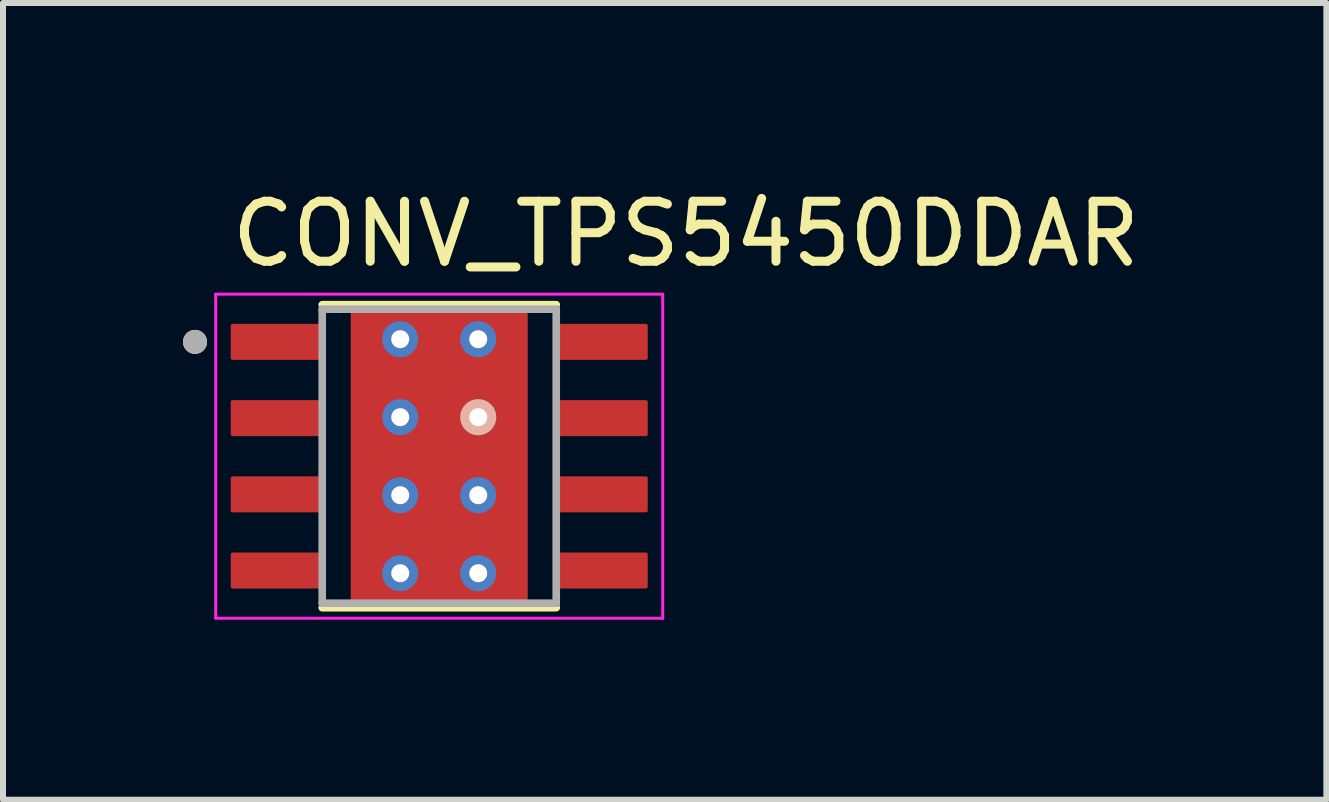
<source format=kicad_pcb>
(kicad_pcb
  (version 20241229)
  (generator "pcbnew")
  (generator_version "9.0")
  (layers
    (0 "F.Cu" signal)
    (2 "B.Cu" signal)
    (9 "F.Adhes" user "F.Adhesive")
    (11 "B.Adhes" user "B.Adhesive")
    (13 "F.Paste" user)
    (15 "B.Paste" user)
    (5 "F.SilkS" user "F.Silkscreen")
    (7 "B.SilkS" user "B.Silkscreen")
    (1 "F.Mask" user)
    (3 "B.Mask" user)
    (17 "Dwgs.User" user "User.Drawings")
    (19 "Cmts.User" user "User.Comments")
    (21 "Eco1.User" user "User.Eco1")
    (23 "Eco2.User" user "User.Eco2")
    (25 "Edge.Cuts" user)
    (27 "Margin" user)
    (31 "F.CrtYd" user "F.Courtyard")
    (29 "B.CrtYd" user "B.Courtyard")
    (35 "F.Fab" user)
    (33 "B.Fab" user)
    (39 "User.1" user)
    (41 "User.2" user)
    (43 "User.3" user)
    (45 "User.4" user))
  (footprint "CONV_TPS5450DDAR"
    (layer "F.Cu")
    (at 4.27 4.553)
    (property "Reference" "CONV_TPS5450DDAR" (at 4.112 -3.704 0) (layer "F.SilkS") (effects (font (size 1 1) (thickness 0.15))))
    (attr smd)
    (fp_poly (pts (xy -1.3 -1.55) (xy 1.3 -1.55) (xy 1.3 1.55) (xy -1.3 1.55)) (stroke (width 0.01) (type solid)) (fill yes) (layer "F.Mask"))
    (fp_poly (pts (xy -1.905 -1.535) (xy -3.495 -1.535) (xy -3.498 -1.535) (xy -3.5 -1.535) (xy -3.503 -1.536) (xy -3.505 -1.536) (xy -3.508 -1.537) (xy -3.51 -1.537) (xy -3.513 -1.538) (xy -3.515 -1.539) (xy -3.518 -1.54) (xy -3.52 -1.542) (xy -3.522 -1.543) (xy -3.524 -1.545) (xy -3.526 -1.546) (xy -3.528 -1.548) (xy -3.53 -1.55) (xy -3.532 -1.552) (xy -3.534 -1.554) (xy -3.535 -1.556) (xy -3.537 -1.558) (xy -3.538 -1.56) (xy -3.54 -1.562) (xy -3.541 -1.565) (xy -3.542 -1.567) (xy -3.543 -1.57) (xy -3.543 -1.572) (xy -3.544 -1.575) (xy -3.544 -1.577) (xy -3.545 -1.58) (xy -3.545 -1.582) (xy -3.545 -1.585) (xy -3.545 -2.225) (xy -3.545 -2.228) (xy -3.545 -2.23) (xy -3.544 -2.233) (xy -3.544 -2.235) (xy -3.543 -2.238) (xy -3.543 -2.24) (xy -3.542 -2.243) (xy -3.541 -2.245) (xy -3.54 -2.248) (xy -3.538 -2.25) (xy -3.537 -2.252) (xy -3.535 -2.254) (xy -3.534 -2.256) (xy -3.532 -2.258) (xy -3.53 -2.26) (xy -3.528 -2.262) (xy -3.526 -2.264) (xy -3.524 -2.265) (xy -3.522 -2.267) (xy -3.52 -2.268) (xy -3.518 -2.27) (xy -3.515 -2.271) (xy -3.513 -2.272) (xy -3.51 -2.273) (xy -3.508 -2.273) (xy -3.505 -2.274) (xy -3.503 -2.274) (xy -3.5 -2.275) (xy -3.498 -2.275) (xy -3.495 -2.275) (xy -1.905 -2.275) (xy -1.902 -2.275) (xy -1.9 -2.275) (xy -1.897 -2.274) (xy -1.895 -2.274) (xy -1.892 -2.273) (xy -1.89 -2.273) (xy -1.887 -2.272) (xy -1.885 -2.271) (xy -1.882 -2.27) (xy -1.88 -2.268) (xy -1.878 -2.267) (xy -1.876 -2.265) (xy -1.874 -2.264) (xy -1.872 -2.262) (xy -1.87 -2.26) (xy -1.868 -2.258) (xy -1.866 -2.256) (xy -1.865 -2.254) (xy -1.863 -2.252) (xy -1.862 -2.25) (xy -1.86 -2.248) (xy -1.859 -2.245) (xy -1.858 -2.243) (xy -1.857 -2.24) (xy -1.857 -2.238) (xy -1.856 -2.235) (xy -1.856 -2.233) (xy -1.855 -2.23) (xy -1.855 -2.228) (xy -1.855 -2.225) (xy -1.855 -1.585) (xy -1.855 -1.582) (xy -1.855 -1.58) (xy -1.856 -1.577) (xy -1.856 -1.575) (xy -1.857 -1.572) (xy -1.857 -1.57) (xy -1.858 -1.567) (xy -1.859 -1.565) (xy -1.86 -1.562) (xy -1.862 -1.56) (xy -1.863 -1.558) (xy -1.865 -1.556) (xy -1.866 -1.554) (xy -1.868 -1.552) (xy -1.87 -1.55) (xy -1.872 -1.548) (xy -1.874 -1.546) (xy -1.876 -1.545) (xy -1.878 -1.543) (xy -1.88 -1.542) (xy -1.882 -1.54) (xy -1.885 -1.539) (xy -1.887 -1.538) (xy -1.89 -1.537) (xy -1.892 -1.537) (xy -1.895 -1.536) (xy -1.897 -1.536) (xy -1.9 -1.535) (xy -1.902 -1.535) (xy -1.905 -1.535)) (stroke (width 0.01) (type solid)) (fill yes) (layer "F.Mask"))
    (fp_poly (pts (xy -1.905 -0.265) (xy -3.495 -0.265) (xy -3.498 -0.265) (xy -3.5 -0.265) (xy -3.503 -0.266) (xy -3.505 -0.266) (xy -3.508 -0.267) (xy -3.51 -0.267) (xy -3.513 -0.268) (xy -3.515 -0.269) (xy -3.518 -0.27) (xy -3.52 -0.272) (xy -3.522 -0.273) (xy -3.524 -0.275) (xy -3.526 -0.276) (xy -3.528 -0.278) (xy -3.53 -0.28) (xy -3.532 -0.282) (xy -3.534 -0.284) (xy -3.535 -0.286) (xy -3.537 -0.288) (xy -3.538 -0.29) (xy -3.54 -0.292) (xy -3.541 -0.295) (xy -3.542 -0.297) (xy -3.543 -0.3) (xy -3.543 -0.302) (xy -3.544 -0.305) (xy -3.544 -0.307) (xy -3.545 -0.31) (xy -3.545 -0.312) (xy -3.545 -0.315) (xy -3.545 -0.955) (xy -3.545 -0.958) (xy -3.545 -0.96) (xy -3.544 -0.963) (xy -3.544 -0.965) (xy -3.543 -0.968) (xy -3.543 -0.97) (xy -3.542 -0.973) (xy -3.541 -0.975) (xy -3.54 -0.978) (xy -3.538 -0.98) (xy -3.537 -0.982) (xy -3.535 -0.984) (xy -3.534 -0.986) (xy -3.532 -0.988) (xy -3.53 -0.99) (xy -3.528 -0.992) (xy -3.526 -0.994) (xy -3.524 -0.995) (xy -3.522 -0.997) (xy -3.52 -0.998) (xy -3.518 -1) (xy -3.515 -1.001) (xy -3.513 -1.002) (xy -3.51 -1.003) (xy -3.508 -1.003) (xy -3.505 -1.004) (xy -3.503 -1.004) (xy -3.5 -1.005) (xy -3.498 -1.005) (xy -3.495 -1.005) (xy -1.905 -1.005) (xy -1.902 -1.005) (xy -1.9 -1.005) (xy -1.897 -1.004) (xy -1.895 -1.004) (xy -1.892 -1.003) (xy -1.89 -1.003) (xy -1.887 -1.002) (xy -1.885 -1.001) (xy -1.882 -1) (xy -1.88 -0.998) (xy -1.878 -0.997) (xy -1.876 -0.995) (xy -1.874 -0.994) (xy -1.872 -0.992) (xy -1.87 -0.99) (xy -1.868 -0.988) (xy -1.866 -0.986) (xy -1.865 -0.984) (xy -1.863 -0.982) (xy -1.862 -0.98) (xy -1.86 -0.978) (xy -1.859 -0.975) (xy -1.858 -0.973) (xy -1.857 -0.97) (xy -1.857 -0.968) (xy -1.856 -0.965) (xy -1.856 -0.963) (xy -1.855 -0.96) (xy -1.855 -0.958) (xy -1.855 -0.955) (xy -1.855 -0.315) (xy -1.855 -0.312) (xy -1.855 -0.31) (xy -1.856 -0.307) (xy -1.856 -0.305) (xy -1.857 -0.302) (xy -1.857 -0.3) (xy -1.858 -0.297) (xy -1.859 -0.295) (xy -1.86 -0.292) (xy -1.862 -0.29) (xy -1.863 -0.288) (xy -1.865 -0.286) (xy -1.866 -0.284) (xy -1.868 -0.282) (xy -1.87 -0.28) (xy -1.872 -0.278) (xy -1.874 -0.276) (xy -1.876 -0.275) (xy -1.878 -0.273) (xy -1.88 -0.272) (xy -1.882 -0.27) (xy -1.885 -0.269) (xy -1.887 -0.268) (xy -1.89 -0.267) (xy -1.892 -0.267) (xy -1.895 -0.266) (xy -1.897 -0.266) (xy -1.9 -0.265) (xy -1.902 -0.265) (xy -1.905 -0.265)) (stroke (width 0.01) (type solid)) (fill yes) (layer "F.Mask"))
    (fp_poly (pts (xy -1.905 1.005) (xy -3.495 1.005) (xy -3.498 1.005) (xy -3.5 1.005) (xy -3.503 1.004) (xy -3.505 1.004) (xy -3.508 1.003) (xy -3.51 1.003) (xy -3.513 1.002) (xy -3.515 1.001) (xy -3.518 1) (xy -3.52 0.998) (xy -3.522 0.997) (xy -3.524 0.995) (xy -3.526 0.994) (xy -3.528 0.992) (xy -3.53 0.99) (xy -3.532 0.988) (xy -3.534 0.986) (xy -3.535 0.984) (xy -3.537 0.982) (xy -3.538 0.98) (xy -3.54 0.978) (xy -3.541 0.975) (xy -3.542 0.973) (xy -3.543 0.97) (xy -3.543 0.968) (xy -3.544 0.965) (xy -3.544 0.963) (xy -3.545 0.96) (xy -3.545 0.958) (xy -3.545 0.955) (xy -3.545 0.315) (xy -3.545 0.312) (xy -3.545 0.31) (xy -3.544 0.307) (xy -3.544 0.305) (xy -3.543 0.302) (xy -3.543 0.3) (xy -3.542 0.297) (xy -3.541 0.295) (xy -3.54 0.292) (xy -3.538 0.29) (xy -3.537 0.288) (xy -3.535 0.286) (xy -3.534 0.284) (xy -3.532 0.282) (xy -3.53 0.28) (xy -3.528 0.278) (xy -3.526 0.276) (xy -3.524 0.275) (xy -3.522 0.273) (xy -3.52 0.272) (xy -3.518 0.27) (xy -3.515 0.269) (xy -3.513 0.268) (xy -3.51 0.267) (xy -3.508 0.267) (xy -3.505 0.266) (xy -3.503 0.266) (xy -3.5 0.265) (xy -3.498 0.265) (xy -3.495 0.265) (xy -1.905 0.265) (xy -1.902 0.265) (xy -1.9 0.265) (xy -1.897 0.266) (xy -1.895 0.266) (xy -1.892 0.267) (xy -1.89 0.267) (xy -1.887 0.268) (xy -1.885 0.269) (xy -1.882 0.27) (xy -1.88 0.272) (xy -1.878 0.273) (xy -1.876 0.275) (xy -1.874 0.276) (xy -1.872 0.278) (xy -1.87 0.28) (xy -1.868 0.282) (xy -1.866 0.284) (xy -1.865 0.286) (xy -1.863 0.288) (xy -1.862 0.29) (xy -1.86 0.292) (xy -1.859 0.295) (xy -1.858 0.297) (xy -1.857 0.3) (xy -1.857 0.302) (xy -1.856 0.305) (xy -1.856 0.307) (xy -1.855 0.31) (xy -1.855 0.312) (xy -1.855 0.315) (xy -1.855 0.955) (xy -1.855 0.958) (xy -1.855 0.96) (xy -1.856 0.963) (xy -1.856 0.965) (xy -1.857 0.968) (xy -1.857 0.97) (xy -1.858 0.973) (xy -1.859 0.975) (xy -1.86 0.978) (xy -1.862 0.98) (xy -1.863 0.982) (xy -1.865 0.984) (xy -1.866 0.986) (xy -1.868 0.988) (xy -1.87 0.99) (xy -1.872 0.992) (xy -1.874 0.994) (xy -1.876 0.995) (xy -1.878 0.997) (xy -1.88 0.998) (xy -1.882 1) (xy -1.885 1.001) (xy -1.887 1.002) (xy -1.89 1.003) (xy -1.892 1.003) (xy -1.895 1.004) (xy -1.897 1.004) (xy -1.9 1.005) (xy -1.902 1.005) (xy -1.905 1.005)) (stroke (width 0.01) (type solid)) (fill yes) (layer "F.Mask"))
    (fp_poly (pts (xy -1.905 2.275) (xy -3.495 2.275) (xy -3.498 2.275) (xy -3.5 2.275) (xy -3.503 2.274) (xy -3.505 2.274) (xy -3.508 2.273) (xy -3.51 2.273) (xy -3.513 2.272) (xy -3.515 2.271) (xy -3.518 2.27) (xy -3.52 2.268) (xy -3.522 2.267) (xy -3.524 2.265) (xy -3.526 2.264) (xy -3.528 2.262) (xy -3.53 2.26) (xy -3.532 2.258) (xy -3.534 2.256) (xy -3.535 2.254) (xy -3.537 2.252) (xy -3.538 2.25) (xy -3.54 2.248) (xy -3.541 2.245) (xy -3.542 2.243) (xy -3.543 2.24) (xy -3.543 2.238) (xy -3.544 2.235) (xy -3.544 2.233) (xy -3.545 2.23) (xy -3.545 2.228) (xy -3.545 2.225) (xy -3.545 1.585) (xy -3.545 1.582) (xy -3.545 1.58) (xy -3.544 1.577) (xy -3.544 1.575) (xy -3.543 1.572) (xy -3.543 1.57) (xy -3.542 1.567) (xy -3.541 1.565) (xy -3.54 1.562) (xy -3.538 1.56) (xy -3.537 1.558) (xy -3.535 1.556) (xy -3.534 1.554) (xy -3.532 1.552) (xy -3.53 1.55) (xy -3.528 1.548) (xy -3.526 1.546) (xy -3.524 1.545) (xy -3.522 1.543) (xy -3.52 1.542) (xy -3.518 1.54) (xy -3.515 1.539) (xy -3.513 1.538) (xy -3.51 1.537) (xy -3.508 1.537) (xy -3.505 1.536) (xy -3.503 1.536) (xy -3.5 1.535) (xy -3.498 1.535) (xy -3.495 1.535) (xy -1.905 1.535) (xy -1.902 1.535) (xy -1.9 1.535) (xy -1.897 1.536) (xy -1.895 1.536) (xy -1.892 1.537) (xy -1.89 1.537) (xy -1.887 1.538) (xy -1.885 1.539) (xy -1.882 1.54) (xy -1.88 1.542) (xy -1.878 1.543) (xy -1.876 1.545) (xy -1.874 1.546) (xy -1.872 1.548) (xy -1.87 1.55) (xy -1.868 1.552) (xy -1.866 1.554) (xy -1.865 1.556) (xy -1.863 1.558) (xy -1.862 1.56) (xy -1.86 1.562) (xy -1.859 1.565) (xy -1.858 1.567) (xy -1.857 1.57) (xy -1.857 1.572) (xy -1.856 1.575) (xy -1.856 1.577) (xy -1.855 1.58) (xy -1.855 1.582) (xy -1.855 1.585) (xy -1.855 2.225) (xy -1.855 2.228) (xy -1.855 2.23) (xy -1.856 2.233) (xy -1.856 2.235) (xy -1.857 2.238) (xy -1.857 2.24) (xy -1.858 2.243) (xy -1.859 2.245) (xy -1.86 2.248) (xy -1.862 2.25) (xy -1.863 2.252) (xy -1.865 2.254) (xy -1.866 2.256) (xy -1.868 2.258) (xy -1.87 2.26) (xy -1.872 2.262) (xy -1.874 2.264) (xy -1.876 2.265) (xy -1.878 2.267) (xy -1.88 2.268) (xy -1.882 2.27) (xy -1.885 2.271) (xy -1.887 2.272) (xy -1.89 2.273) (xy -1.892 2.273) (xy -1.895 2.274) (xy -1.897 2.274) (xy -1.9 2.275) (xy -1.902 2.275) (xy -1.905 2.275)) (stroke (width 0.01) (type solid)) (fill yes) (layer "F.Mask"))
    (fp_poly (pts (xy 3.495 -1.535) (xy 1.905 -1.535) (xy 1.902 -1.535) (xy 1.9 -1.535) (xy 1.897 -1.536) (xy 1.895 -1.536) (xy 1.892 -1.537) (xy 1.89 -1.537) (xy 1.887 -1.538) (xy 1.885 -1.539) (xy 1.882 -1.54) (xy 1.88 -1.542) (xy 1.878 -1.543) (xy 1.876 -1.545) (xy 1.874 -1.546) (xy 1.872 -1.548) (xy 1.87 -1.55) (xy 1.868 -1.552) (xy 1.866 -1.554) (xy 1.865 -1.556) (xy 1.863 -1.558) (xy 1.862 -1.56) (xy 1.86 -1.562) (xy 1.859 -1.565) (xy 1.858 -1.567) (xy 1.857 -1.57) (xy 1.857 -1.572) (xy 1.856 -1.575) (xy 1.856 -1.577) (xy 1.855 -1.58) (xy 1.855 -1.582) (xy 1.855 -1.585) (xy 1.855 -2.225) (xy 1.855 -2.228) (xy 1.855 -2.23) (xy 1.856 -2.233) (xy 1.856 -2.235) (xy 1.857 -2.238) (xy 1.857 -2.24) (xy 1.858 -2.243) (xy 1.859 -2.245) (xy 1.86 -2.248) (xy 1.862 -2.25) (xy 1.863 -2.252) (xy 1.865 -2.254) (xy 1.866 -2.256) (xy 1.868 -2.258) (xy 1.87 -2.26) (xy 1.872 -2.262) (xy 1.874 -2.264) (xy 1.876 -2.265) (xy 1.878 -2.267) (xy 1.88 -2.268) (xy 1.882 -2.27) (xy 1.885 -2.271) (xy 1.887 -2.272) (xy 1.89 -2.273) (xy 1.892 -2.273) (xy 1.895 -2.274) (xy 1.897 -2.274) (xy 1.9 -2.275) (xy 1.902 -2.275) (xy 1.905 -2.275) (xy 3.495 -2.275) (xy 3.498 -2.275) (xy 3.5 -2.275) (xy 3.503 -2.274) (xy 3.505 -2.274) (xy 3.508 -2.273) (xy 3.51 -2.273) (xy 3.513 -2.272) (xy 3.515 -2.271) (xy 3.518 -2.27) (xy 3.52 -2.268) (xy 3.522 -2.267) (xy 3.524 -2.265) (xy 3.526 -2.264) (xy 3.528 -2.262) (xy 3.53 -2.26) (xy 3.532 -2.258) (xy 3.534 -2.256) (xy 3.535 -2.254) (xy 3.537 -2.252) (xy 3.538 -2.25) (xy 3.54 -2.248) (xy 3.541 -2.245) (xy 3.542 -2.243) (xy 3.543 -2.24) (xy 3.543 -2.238) (xy 3.544 -2.235) (xy 3.544 -2.233) (xy 3.545 -2.23) (xy 3.545 -2.228) (xy 3.545 -2.225) (xy 3.545 -1.585) (xy 3.545 -1.582) (xy 3.545 -1.58) (xy 3.544 -1.577) (xy 3.544 -1.575) (xy 3.543 -1.572) (xy 3.543 -1.57) (xy 3.542 -1.567) (xy 3.541 -1.565) (xy 3.54 -1.562) (xy 3.538 -1.56) (xy 3.537 -1.558) (xy 3.535 -1.556) (xy 3.534 -1.554) (xy 3.532 -1.552) (xy 3.53 -1.55) (xy 3.528 -1.548) (xy 3.526 -1.546) (xy 3.524 -1.545) (xy 3.522 -1.543) (xy 3.52 -1.542) (xy 3.518 -1.54) (xy 3.515 -1.539) (xy 3.513 -1.538) (xy 3.51 -1.537) (xy 3.508 -1.537) (xy 3.505 -1.536) (xy 3.503 -1.536) (xy 3.5 -1.535) (xy 3.498 -1.535) (xy 3.495 -1.535)) (stroke (width 0.01) (type solid)) (fill yes) (layer "F.Mask"))
    (fp_poly (pts (xy 3.495 -0.265) (xy 1.905 -0.265) (xy 1.902 -0.265) (xy 1.9 -0.265) (xy 1.897 -0.266) (xy 1.895 -0.266) (xy 1.892 -0.267) (xy 1.89 -0.267) (xy 1.887 -0.268) (xy 1.885 -0.269) (xy 1.882 -0.27) (xy 1.88 -0.272) (xy 1.878 -0.273) (xy 1.876 -0.275) (xy 1.874 -0.276) (xy 1.872 -0.278) (xy 1.87 -0.28) (xy 1.868 -0.282) (xy 1.866 -0.284) (xy 1.865 -0.286) (xy 1.863 -0.288) (xy 1.862 -0.29) (xy 1.86 -0.292) (xy 1.859 -0.295) (xy 1.858 -0.297) (xy 1.857 -0.3) (xy 1.857 -0.302) (xy 1.856 -0.305) (xy 1.856 -0.307) (xy 1.855 -0.31) (xy 1.855 -0.312) (xy 1.855 -0.315) (xy 1.855 -0.955) (xy 1.855 -0.958) (xy 1.855 -0.96) (xy 1.856 -0.963) (xy 1.856 -0.965) (xy 1.857 -0.968) (xy 1.857 -0.97) (xy 1.858 -0.973) (xy 1.859 -0.975) (xy 1.86 -0.978) (xy 1.862 -0.98) (xy 1.863 -0.982) (xy 1.865 -0.984) (xy 1.866 -0.986) (xy 1.868 -0.988) (xy 1.87 -0.99) (xy 1.872 -0.992) (xy 1.874 -0.994) (xy 1.876 -0.995) (xy 1.878 -0.997) (xy 1.88 -0.998) (xy 1.882 -1) (xy 1.885 -1.001) (xy 1.887 -1.002) (xy 1.89 -1.003) (xy 1.892 -1.003) (xy 1.895 -1.004) (xy 1.897 -1.004) (xy 1.9 -1.005) (xy 1.902 -1.005) (xy 1.905 -1.005) (xy 3.495 -1.005) (xy 3.498 -1.005) (xy 3.5 -1.005) (xy 3.503 -1.004) (xy 3.505 -1.004) (xy 3.508 -1.003) (xy 3.51 -1.003) (xy 3.513 -1.002) (xy 3.515 -1.001) (xy 3.518 -1) (xy 3.52 -0.998) (xy 3.522 -0.997) (xy 3.524 -0.995) (xy 3.526 -0.994) (xy 3.528 -0.992) (xy 3.53 -0.99) (xy 3.532 -0.988) (xy 3.534 -0.986) (xy 3.535 -0.984) (xy 3.537 -0.982) (xy 3.538 -0.98) (xy 3.54 -0.978) (xy 3.541 -0.975) (xy 3.542 -0.973) (xy 3.543 -0.97) (xy 3.543 -0.968) (xy 3.544 -0.965) (xy 3.544 -0.963) (xy 3.545 -0.96) (xy 3.545 -0.958) (xy 3.545 -0.955) (xy 3.545 -0.315) (xy 3.545 -0.312) (xy 3.545 -0.31) (xy 3.544 -0.307) (xy 3.544 -0.305) (xy 3.543 -0.302) (xy 3.543 -0.3) (xy 3.542 -0.297) (xy 3.541 -0.295) (xy 3.54 -0.292) (xy 3.538 -0.29) (xy 3.537 -0.288) (xy 3.535 -0.286) (xy 3.534 -0.284) (xy 3.532 -0.282) (xy 3.53 -0.28) (xy 3.528 -0.278) (xy 3.526 -0.276) (xy 3.524 -0.275) (xy 3.522 -0.273) (xy 3.52 -0.272) (xy 3.518 -0.27) (xy 3.515 -0.269) (xy 3.513 -0.268) (xy 3.51 -0.267) (xy 3.508 -0.267) (xy 3.505 -0.266) (xy 3.503 -0.266) (xy 3.5 -0.265) (xy 3.498 -0.265) (xy 3.495 -0.265)) (stroke (width 0.01) (type solid)) (fill yes) (layer "F.Mask"))
    (fp_poly (pts (xy 3.495 1.005) (xy 1.905 1.005) (xy 1.902 1.005) (xy 1.9 1.005) (xy 1.897 1.004) (xy 1.895 1.004) (xy 1.892 1.003) (xy 1.89 1.003) (xy 1.887 1.002) (xy 1.885 1.001) (xy 1.882 1) (xy 1.88 0.998) (xy 1.878 0.997) (xy 1.876 0.995) (xy 1.874 0.994) (xy 1.872 0.992) (xy 1.87 0.99) (xy 1.868 0.988) (xy 1.866 0.986) (xy 1.865 0.984) (xy 1.863 0.982) (xy 1.862 0.98) (xy 1.86 0.978) (xy 1.859 0.975) (xy 1.858 0.973) (xy 1.857 0.97) (xy 1.857 0.968) (xy 1.856 0.965) (xy 1.856 0.963) (xy 1.855 0.96) (xy 1.855 0.958) (xy 1.855 0.955) (xy 1.855 0.315) (xy 1.855 0.312) (xy 1.855 0.31) (xy 1.856 0.307) (xy 1.856 0.305) (xy 1.857 0.302) (xy 1.857 0.3) (xy 1.858 0.297) (xy 1.859 0.295) (xy 1.86 0.292) (xy 1.862 0.29) (xy 1.863 0.288) (xy 1.865 0.286) (xy 1.866 0.284) (xy 1.868 0.282) (xy 1.87 0.28) (xy 1.872 0.278) (xy 1.874 0.276) (xy 1.876 0.275) (xy 1.878 0.273) (xy 1.88 0.272) (xy 1.882 0.27) (xy 1.885 0.269) (xy 1.887 0.268) (xy 1.89 0.267) (xy 1.892 0.267) (xy 1.895 0.266) (xy 1.897 0.266) (xy 1.9 0.265) (xy 1.902 0.265) (xy 1.905 0.265) (xy 3.495 0.265) (xy 3.498 0.265) (xy 3.5 0.265) (xy 3.503 0.266) (xy 3.505 0.266) (xy 3.508 0.267) (xy 3.51 0.267) (xy 3.513 0.268) (xy 3.515 0.269) (xy 3.518 0.27) (xy 3.52 0.272) (xy 3.522 0.273) (xy 3.524 0.275) (xy 3.526 0.276) (xy 3.528 0.278) (xy 3.53 0.28) (xy 3.532 0.282) (xy 3.534 0.284) (xy 3.535 0.286) (xy 3.537 0.288) (xy 3.538 0.29) (xy 3.54 0.292) (xy 3.541 0.295) (xy 3.542 0.297) (xy 3.543 0.3) (xy 3.543 0.302) (xy 3.544 0.305) (xy 3.544 0.307) (xy 3.545 0.31) (xy 3.545 0.312) (xy 3.545 0.315) (xy 3.545 0.955) (xy 3.545 0.958) (xy 3.545 0.96) (xy 3.544 0.963) (xy 3.544 0.965) (xy 3.543 0.968) (xy 3.543 0.97) (xy 3.542 0.973) (xy 3.541 0.975) (xy 3.54 0.978) (xy 3.538 0.98) (xy 3.537 0.982) (xy 3.535 0.984) (xy 3.534 0.986) (xy 3.532 0.988) (xy 3.53 0.99) (xy 3.528 0.992) (xy 3.526 0.994) (xy 3.524 0.995) (xy 3.522 0.997) (xy 3.52 0.998) (xy 3.518 1) (xy 3.515 1.001) (xy 3.513 1.002) (xy 3.51 1.003) (xy 3.508 1.003) (xy 3.505 1.004) (xy 3.503 1.004) (xy 3.5 1.005) (xy 3.498 1.005) (xy 3.495 1.005)) (stroke (width 0.01) (type solid)) (fill yes) (layer "F.Mask"))
    (fp_poly (pts (xy 3.495 2.275) (xy 1.905 2.275) (xy 1.902 2.275) (xy 1.9 2.275) (xy 1.897 2.274) (xy 1.895 2.274) (xy 1.892 2.273) (xy 1.89 2.273) (xy 1.887 2.272) (xy 1.885 2.271) (xy 1.882 2.27) (xy 1.88 2.268) (xy 1.878 2.267) (xy 1.876 2.265) (xy 1.874 2.264) (xy 1.872 2.262) (xy 1.87 2.26) (xy 1.868 2.258) (xy 1.866 2.256) (xy 1.865 2.254) (xy 1.863 2.252) (xy 1.862 2.25) (xy 1.86 2.248) (xy 1.859 2.245) (xy 1.858 2.243) (xy 1.857 2.24) (xy 1.857 2.238) (xy 1.856 2.235) (xy 1.856 2.233) (xy 1.855 2.23) (xy 1.855 2.228) (xy 1.855 2.225) (xy 1.855 1.585) (xy 1.855 1.582) (xy 1.855 1.58) (xy 1.856 1.577) (xy 1.856 1.575) (xy 1.857 1.572) (xy 1.857 1.57) (xy 1.858 1.567) (xy 1.859 1.565) (xy 1.86 1.562) (xy 1.862 1.56) (xy 1.863 1.558) (xy 1.865 1.556) (xy 1.866 1.554) (xy 1.868 1.552) (xy 1.87 1.55) (xy 1.872 1.548) (xy 1.874 1.546) (xy 1.876 1.545) (xy 1.878 1.543) (xy 1.88 1.542) (xy 1.882 1.54) (xy 1.885 1.539) (xy 1.887 1.538) (xy 1.89 1.537) (xy 1.892 1.537) (xy 1.895 1.536) (xy 1.897 1.536) (xy 1.9 1.535) (xy 1.902 1.535) (xy 1.905 1.535) (xy 3.495 1.535) (xy 3.498 1.535) (xy 3.5 1.535) (xy 3.503 1.536) (xy 3.505 1.536) (xy 3.508 1.537) (xy 3.51 1.537) (xy 3.513 1.538) (xy 3.515 1.539) (xy 3.518 1.54) (xy 3.52 1.542) (xy 3.522 1.543) (xy 3.524 1.545) (xy 3.526 1.546) (xy 3.528 1.548) (xy 3.53 1.55) (xy 3.532 1.552) (xy 3.534 1.554) (xy 3.535 1.556) (xy 3.537 1.558) (xy 3.538 1.56) (xy 3.54 1.562) (xy 3.541 1.565) (xy 3.542 1.567) (xy 3.543 1.57) (xy 3.543 1.572) (xy 3.544 1.575) (xy 3.544 1.577) (xy 3.545 1.58) (xy 3.545 1.582) (xy 3.545 1.585) (xy 3.545 2.225) (xy 3.545 2.228) (xy 3.545 2.23) (xy 3.544 2.233) (xy 3.544 2.235) (xy 3.543 2.238) (xy 3.543 2.24) (xy 3.542 2.243) (xy 3.541 2.245) (xy 3.54 2.248) (xy 3.538 2.25) (xy 3.537 2.252) (xy 3.535 2.254) (xy 3.534 2.256) (xy 3.532 2.258) (xy 3.53 2.26) (xy 3.528 2.262) (xy 3.526 2.264) (xy 3.524 2.265) (xy 3.522 2.267) (xy 3.52 2.268) (xy 3.518 2.27) (xy 3.515 2.271) (xy 3.513 2.272) (xy 3.51 2.273) (xy 3.508 2.273) (xy 3.505 2.274) (xy 3.503 2.274) (xy 3.5 2.275) (xy 3.498 2.275) (xy 3.495 2.275)) (stroke (width 0.01) (type solid)) (fill yes) (layer "F.Mask"))
    (fp_line (start -1.95 -2.525) (end 1.95 -2.525) (stroke (width 0.127) (type solid)) (layer "F.SilkS"))
    (fp_line (start -1.95 2.525) (end 1.95 2.525) (stroke (width 0.127) (type solid)) (layer "F.SilkS"))
    (fp_circle (center -4.07 -1.905) (end -3.97 -1.905) (stroke (width 0.2) (type solid)) (fill no) (layer "F.SilkS"))
    (fp_poly (pts (xy -1.3 -1.55) (xy 1.3 -1.55) (xy 1.3 1.55) (xy -1.3 1.55)) (stroke (width 0.01) (type solid)) (fill yes) (layer "F.Paste"))
    (fp_line (start -3.725 -2.7) (end -3.725 2.7) (stroke (width 0.05) (type solid)) (layer "F.CrtYd"))
    (fp_line (start -3.725 -2.7) (end 3.725 -2.7) (stroke (width 0.05) (type solid)) (layer "F.CrtYd"))
    (fp_line (start -3.725 2.7) (end 3.725 2.7) (stroke (width 0.05) (type solid)) (layer "F.CrtYd"))
    (fp_line (start 3.725 -2.7) (end 3.725 2.7) (stroke (width 0.05) (type solid)) (layer "F.CrtYd"))
    (fp_line (start -1.95 -2.45) (end -1.95 2.45) (stroke (width 0.127) (type solid)) (layer "F.Fab"))
    (fp_line (start -1.95 -2.45) (end 1.95 -2.45) (stroke (width 0.127) (type solid)) (layer "F.Fab"))
    (fp_line (start -1.95 2.45) (end 1.95 2.45) (stroke (width 0.127) (type solid)) (layer "F.Fab"))
    (fp_line (start 1.95 -2.45) (end 1.95 2.45) (stroke (width 0.127) (type solid)) (layer "F.Fab"))
    (fp_circle (center -4.07 -1.905) (end -3.97 -1.905) (stroke (width 0.2) (type solid)) (fill no) (layer "F.Fab"))
    (pad "1" smd roundrect (at -2.7 -1.905) (size 1.55 0.6) (layers "F.Cu" "F.Paste") (roundrect_rratio 0.05))
    (pad "2" smd roundrect (at -2.7 -0.635) (size 1.55 0.6) (layers "F.Cu" "F.Paste") (roundrect_rratio 0.05))
    (pad "3" smd roundrect (at -2.7 0.635) (size 1.55 0.6) (layers "F.Cu" "F.Paste") (roundrect_rratio 0.05))
    (pad "4" smd roundrect (at -2.7 1.905) (size 1.55 0.6) (layers "F.Cu" "F.Paste") (roundrect_rratio 0.05))
    (pad "5" smd roundrect (at 2.7 1.905) (size 1.55 0.6) (layers "F.Cu" "F.Paste") (roundrect_rratio 0.05))
    (pad "6" thru_hole circle (at -0.65 -1.95) (size 0.6 0.6) (drill 0.3) (layers "*.Cu"))
    (pad "6" thru_hole circle (at -0.65 -0.65) (size 0.6 0.6) (drill 0.3) (layers "*.Cu"))
    (pad "6" thru_hole circle (at -0.65 0.65) (size 0.6 0.6) (drill 0.3) (layers "*.Cu"))
    (pad "6" thru_hole circle (at -0.65 1.95) (size 0.6 0.6) (drill 0.3) (layers "*.Cu"))
    (pad "6" thru_hole circle (at 0.65 -1.95) (size 0.6 0.6) (drill 0.3) (layers "*.Cu"))
    (pad "6" thru_hole circle (at 0.65 -0.65) (size 0.6 0.6) (drill 0.3) (layers "*.Cu" "B.SilkS"))
    (pad "6" thru_hole circle (at 0.65 0.65) (size 0.6 0.6) (drill 0.3) (layers "*.Cu"))
    (pad "6" thru_hole circle (at 0.65 1.95) (size 0.6 0.6) (drill 0.3) (layers "*.Cu"))
    (pad "6" smd roundrect (at 2.7 0.635) (size 1.55 0.6) (layers "F.Cu" "F.Paste") (roundrect_rratio 0.05))
    (pad "7" smd roundrect (at 2.7 -0.635) (size 1.55 0.6) (layers "F.Cu" "F.Paste") (roundrect_rratio 0.05))
    (pad "8" smd roundrect (at 2.7 -1.905) (size 1.55 0.6) (layers "F.Cu" "F.Paste") (roundrect_rratio 0.05))
    (pad "9" smd rect (at 0 0) (size 2.95 4.9) (layers "F.Cu")))
  (gr_rect
    (start -3 -3)
    (end 19.055 10.278)
    (stroke (width 0.1) (type default))
    (fill no)
    (layer "Edge.Cuts")))
</source>
